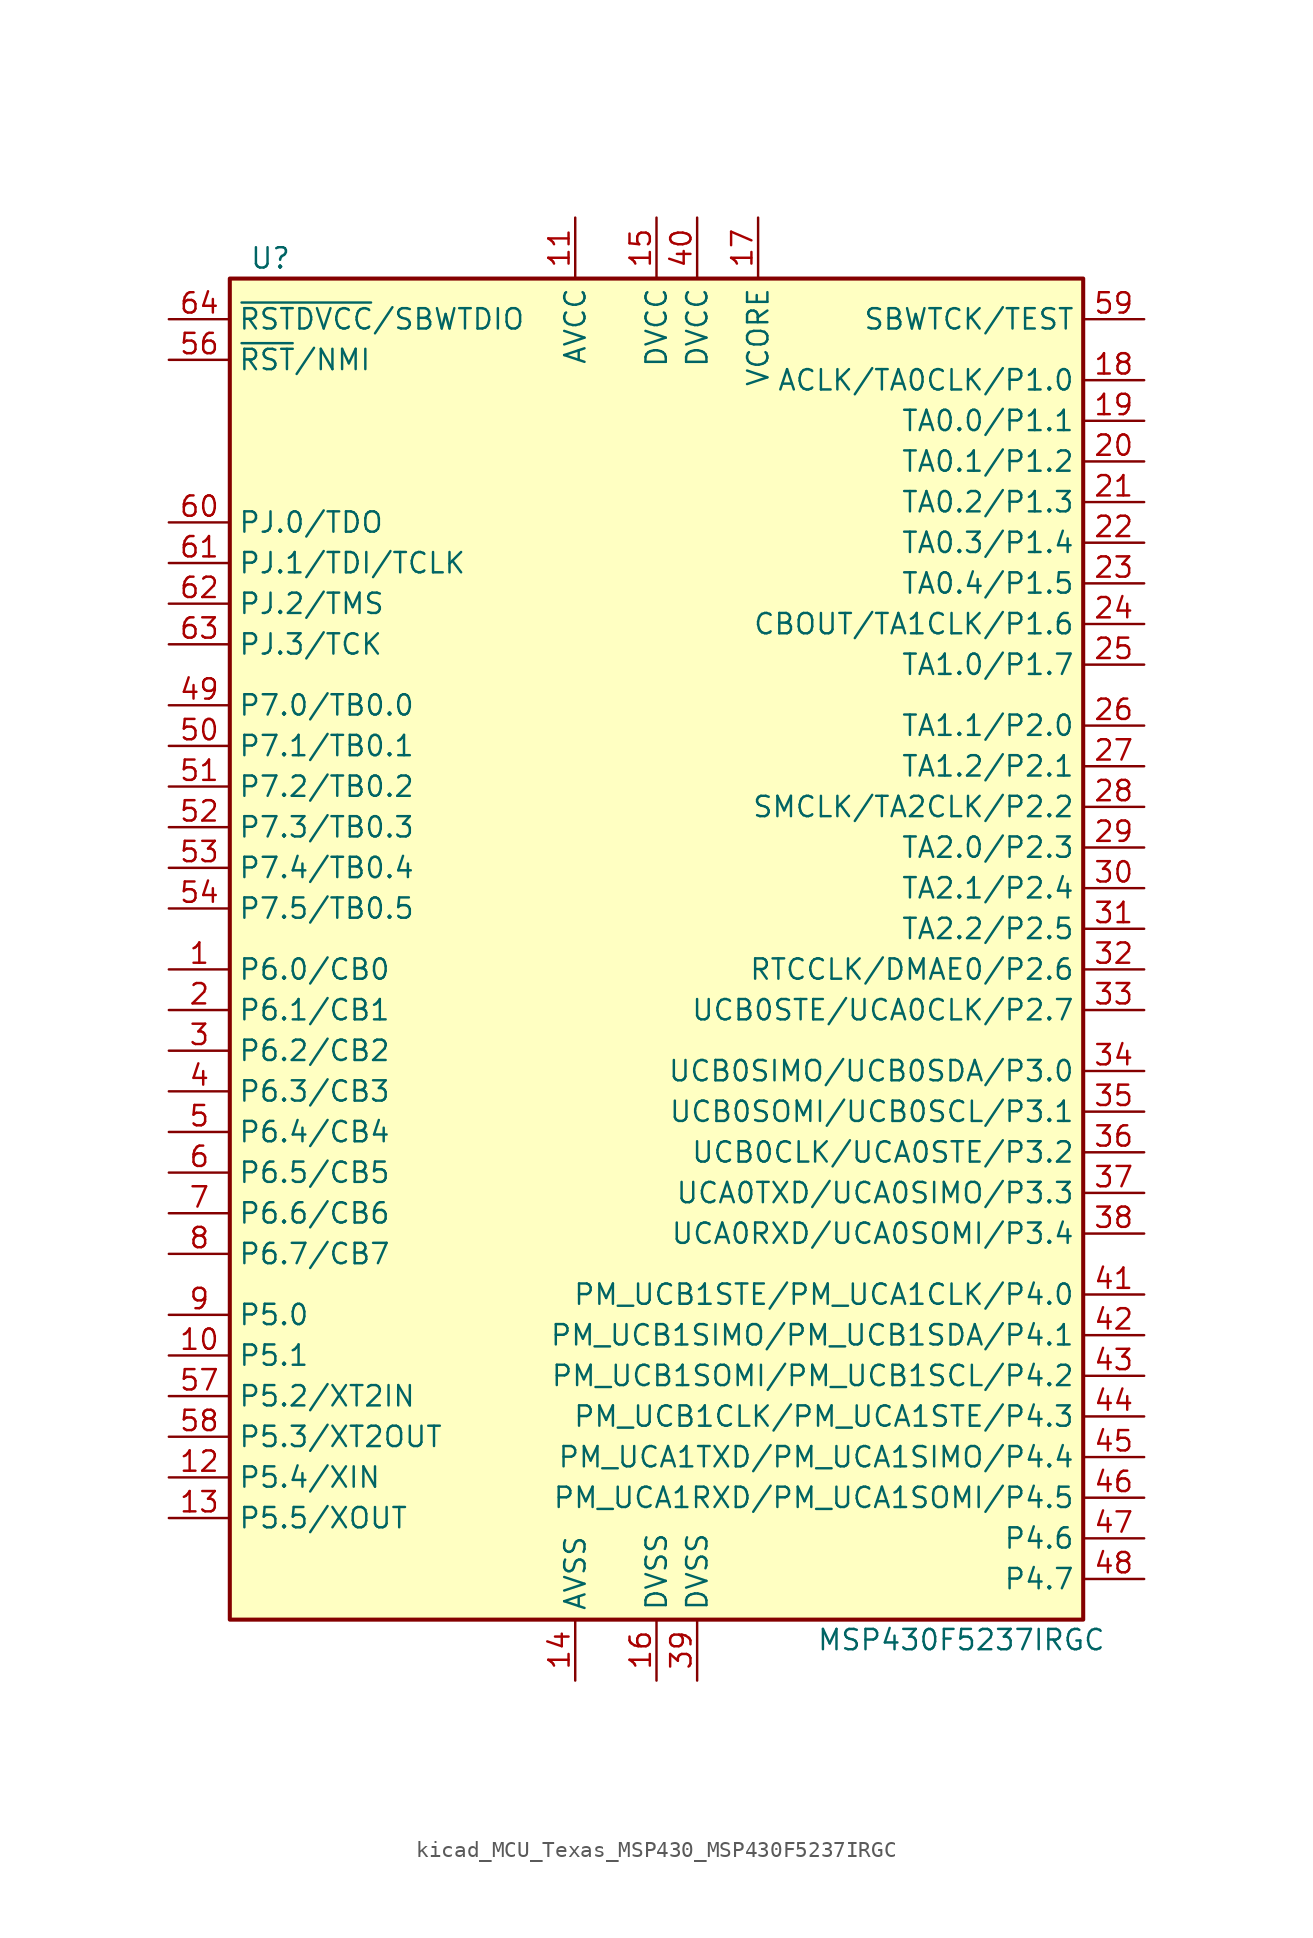
<source format=kicad_sym>
(kicad_symbol_lib
  (version 20220914)
  (generator kicad_symbol_editor)
  (symbol "kicad_MCU_Texas_MSP430_MSP430F5237IRGC"
    (property "Reference" "U"
      (at -24.13 43.18 0)
      (effects (font (size 1.27 1.27))))
    (property "Value" "MSP430F5237IRGC"
      (at 19.05 -43.18 0)
      (effects (font (size 1.27 1.27))))
    (symbol "kicad_MCU_Texas_MSP430_MSP430F5237IRGC_0_1"
      (rectangle (start -26.67 41.91) (end 26.67 -41.91) (stroke (width 0.254) (type default)) (fill (type background))))
    (symbol "kicad_MCU_Texas_MSP430_MSP430F5237IRGC_1_1"
      (pin bidirectional line (at -30.48 -1.27 0) (length 3.81) (name "P6.0/CB0" (effects (font (size 1.27 1.27)))) (number "1" (effects (font (size 1.27 1.27)))))
      (pin bidirectional line (at -30.48 -25.4 0) (length 3.81) (name "P5.1" (effects (font (size 1.27 1.27)))) (number "10" (effects (font (size 1.27 1.27)))))
      (pin power_in line (at -5.08 45.72 270) (length 3.81) (name "AVCC" (effects (font (size 1.27 1.27)))) (number "11" (effects (font (size 1.27 1.27)))))
      (pin bidirectional line (at -30.48 -33.02 0) (length 3.81) (name "P5.4/XIN" (effects (font (size 1.27 1.27)))) (number "12" (effects (font (size 1.27 1.27)))))
      (pin bidirectional line (at -30.48 -35.56 0) (length 3.81) (name "P5.5/XOUT" (effects (font (size 1.27 1.27)))) (number "13" (effects (font (size 1.27 1.27)))))
      (pin power_in line (at -5.08 -45.72 90) (length 3.81) (name "AVSS" (effects (font (size 1.27 1.27)))) (number "14" (effects (font (size 1.27 1.27)))))
      (pin power_in line (at 0 45.72 270) (length 3.81) (name "DVCC" (effects (font (size 1.27 1.27)))) (number "15" (effects (font (size 1.27 1.27)))))
      (pin power_in line (at 0 -45.72 90) (length 3.81) (name "DVSS" (effects (font (size 1.27 1.27)))) (number "16" (effects (font (size 1.27 1.27)))))
      (pin power_in line (at 6.35 45.72 270) (length 3.81) (name "VCORE" (effects (font (size 1.27 1.27)))) (number "17" (effects (font (size 1.27 1.27)))))
      (pin bidirectional line (at 30.48 35.56 180) (length 3.81) (name "ACLK/TA0CLK/P1.0" (effects (font (size 1.27 1.27)))) (number "18" (effects (font (size 1.27 1.27)))))
      (pin bidirectional line (at 30.48 33.02 180) (length 3.81) (name "TA0.0/P1.1" (effects (font (size 1.27 1.27)))) (number "19" (effects (font (size 1.27 1.27)))))
      (pin bidirectional line (at -30.48 -3.81 0) (length 3.81) (name "P6.1/CB1" (effects (font (size 1.27 1.27)))) (number "2" (effects (font (size 1.27 1.27)))))
      (pin bidirectional line (at 30.48 30.48 180) (length 3.81) (name "TA0.1/P1.2" (effects (font (size 1.27 1.27)))) (number "20" (effects (font (size 1.27 1.27)))))
      (pin bidirectional line (at 30.48 27.94 180) (length 3.81) (name "TA0.2/P1.3" (effects (font (size 1.27 1.27)))) (number "21" (effects (font (size 1.27 1.27)))))
      (pin bidirectional line (at 30.48 25.4 180) (length 3.81) (name "TA0.3/P1.4" (effects (font (size 1.27 1.27)))) (number "22" (effects (font (size 1.27 1.27)))))
      (pin bidirectional line (at 30.48 22.86 180) (length 3.81) (name "TA0.4/P1.5" (effects (font (size 1.27 1.27)))) (number "23" (effects (font (size 1.27 1.27)))))
      (pin bidirectional line (at 30.48 20.32 180) (length 3.81) (name "CBOUT/TA1CLK/P1.6" (effects (font (size 1.27 1.27)))) (number "24" (effects (font (size 1.27 1.27)))))
      (pin bidirectional line (at 30.48 17.78 180) (length 3.81) (name "TA1.0/P1.7" (effects (font (size 1.27 1.27)))) (number "25" (effects (font (size 1.27 1.27)))))
      (pin bidirectional line (at 30.48 13.97 180) (length 3.81) (name "TA1.1/P2.0" (effects (font (size 1.27 1.27)))) (number "26" (effects (font (size 1.27 1.27)))))
      (pin bidirectional line (at 30.48 11.43 180) (length 3.81) (name "TA1.2/P2.1" (effects (font (size 1.27 1.27)))) (number "27" (effects (font (size 1.27 1.27)))))
      (pin bidirectional line (at 30.48 8.89 180) (length 3.81) (name "SMCLK/TA2CLK/P2.2" (effects (font (size 1.27 1.27)))) (number "28" (effects (font (size 1.27 1.27)))))
      (pin bidirectional line (at 30.48 6.35 180) (length 3.81) (name "TA2.0/P2.3" (effects (font (size 1.27 1.27)))) (number "29" (effects (font (size 1.27 1.27)))))
      (pin bidirectional line (at -30.48 -6.35 0) (length 3.81) (name "P6.2/CB2" (effects (font (size 1.27 1.27)))) (number "3" (effects (font (size 1.27 1.27)))))
      (pin bidirectional line (at 30.48 3.81 180) (length 3.81) (name "TA2.1/P2.4" (effects (font (size 1.27 1.27)))) (number "30" (effects (font (size 1.27 1.27)))))
      (pin bidirectional line (at 30.48 1.27 180) (length 3.81) (name "TA2.2/P2.5" (effects (font (size 1.27 1.27)))) (number "31" (effects (font (size 1.27 1.27)))))
      (pin bidirectional line (at 30.48 -1.27 180) (length 3.81) (name "RTCCLK/DMAE0/P2.6" (effects (font (size 1.27 1.27)))) (number "32" (effects (font (size 1.27 1.27)))))
      (pin bidirectional line (at 30.48 -3.81 180) (length 3.81) (name "UCB0STE/UCA0CLK/P2.7" (effects (font (size 1.27 1.27)))) (number "33" (effects (font (size 1.27 1.27)))))
      (pin bidirectional line (at 30.48 -7.62 180) (length 3.81) (name "UCB0SIMO/UCB0SDA/P3.0" (effects (font (size 1.27 1.27)))) (number "34" (effects (font (size 1.27 1.27)))))
      (pin bidirectional line (at 30.48 -10.16 180) (length 3.81) (name "UCB0SOMI/UCB0SCL/P3.1" (effects (font (size 1.27 1.27)))) (number "35" (effects (font (size 1.27 1.27)))))
      (pin bidirectional line (at 30.48 -12.7 180) (length 3.81) (name "UCB0CLK/UCA0STE/P3.2" (effects (font (size 1.27 1.27)))) (number "36" (effects (font (size 1.27 1.27)))))
      (pin bidirectional line (at 30.48 -15.24 180) (length 3.81) (name "UCA0TXD/UCA0SIMO/P3.3" (effects (font (size 1.27 1.27)))) (number "37" (effects (font (size 1.27 1.27)))))
      (pin bidirectional line (at 30.48 -17.78 180) (length 3.81) (name "UCA0RXD/UCA0SOMI/P3.4" (effects (font (size 1.27 1.27)))) (number "38" (effects (font (size 1.27 1.27)))))
      (pin power_in line (at 2.54 -45.72 90) (length 3.81) (name "DVSS" (effects (font (size 1.27 1.27)))) (number "39" (effects (font (size 1.27 1.27)))))
      (pin bidirectional line (at -30.48 -8.89 0) (length 3.81) (name "P6.3/CB3" (effects (font (size 1.27 1.27)))) (number "4" (effects (font (size 1.27 1.27)))))
      (pin power_in line (at 2.54 45.72 270) (length 3.81) (name "DVCC" (effects (font (size 1.27 1.27)))) (number "40" (effects (font (size 1.27 1.27)))))
      (pin bidirectional line (at 30.48 -21.59 180) (length 3.81) (name "PM_UCB1STE/PM_UCA1CLK/P4.0" (effects (font (size 1.27 1.27)))) (number "41" (effects (font (size 1.27 1.27)))))
      (pin bidirectional line (at 30.48 -24.13 180) (length 3.81) (name "PM_UCB1SIMO/PM_UCB1SDA/P4.1" (effects (font (size 1.27 1.27)))) (number "42" (effects (font (size 1.27 1.27)))))
      (pin bidirectional line (at 30.48 -26.67 180) (length 3.81) (name "PM_UCB1SOMI/PM_UCB1SCL/P4.2" (effects (font (size 1.27 1.27)))) (number "43" (effects (font (size 1.27 1.27)))))
      (pin bidirectional line (at 30.48 -29.21 180) (length 3.81) (name "PM_UCB1CLK/PM_UCA1STE/P4.3" (effects (font (size 1.27 1.27)))) (number "44" (effects (font (size 1.27 1.27)))))
      (pin bidirectional line (at 30.48 -31.75 180) (length 3.81) (name "PM_UCA1TXD/PM_UCA1SIMO/P4.4" (effects (font (size 1.27 1.27)))) (number "45" (effects (font (size 1.27 1.27)))))
      (pin bidirectional line (at 30.48 -34.29 180) (length 3.81) (name "PM_UCA1RXD/PM_UCA1SOMI/P4.5" (effects (font (size 1.27 1.27)))) (number "46" (effects (font (size 1.27 1.27)))))
      (pin bidirectional line (at 30.48 -36.83 180) (length 3.81) (name "P4.6" (effects (font (size 1.27 1.27)))) (number "47" (effects (font (size 1.27 1.27)))))
      (pin bidirectional line (at 30.48 -39.37 180) (length 3.81) (name "P4.7" (effects (font (size 1.27 1.27)))) (number "48" (effects (font (size 1.27 1.27)))))
      (pin bidirectional line (at -30.48 15.24 0) (length 3.81) (name "P7.0/TB0.0" (effects (font (size 1.27 1.27)))) (number "49" (effects (font (size 1.27 1.27)))))
      (pin bidirectional line (at -30.48 -11.43 0) (length 3.81) (name "P6.4/CB4" (effects (font (size 1.27 1.27)))) (number "5" (effects (font (size 1.27 1.27)))))
      (pin bidirectional line (at -30.48 12.7 0) (length 3.81) (name "P7.1/TB0.1" (effects (font (size 1.27 1.27)))) (number "50" (effects (font (size 1.27 1.27)))))
      (pin bidirectional line (at -30.48 10.16 0) (length 3.81) (name "P7.2/TB0.2" (effects (font (size 1.27 1.27)))) (number "51" (effects (font (size 1.27 1.27)))))
      (pin bidirectional line (at -30.48 7.62 0) (length 3.81) (name "P7.3/TB0.3" (effects (font (size 1.27 1.27)))) (number "52" (effects (font (size 1.27 1.27)))))
      (pin bidirectional line (at -30.48 5.08 0) (length 3.81) (name "P7.4/TB0.4" (effects (font (size 1.27 1.27)))) (number "53" (effects (font (size 1.27 1.27)))))
      (pin bidirectional line (at -30.48 2.54 0) (length 3.81) (name "P7.5/TB0.5" (effects (font (size 1.27 1.27)))) (number "54" (effects (font (size 1.27 1.27)))))
      (pin input line (at -30.48 36.83 0) (length 3.81) (name "~{RST}/NMI" (effects (font (size 1.27 1.27)))) (number "56" (effects (font (size 1.27 1.27)))))
      (pin bidirectional line (at -30.48 -27.94 0) (length 3.81) (name "P5.2/XT2IN" (effects (font (size 1.27 1.27)))) (number "57" (effects (font (size 1.27 1.27)))))
      (pin bidirectional line (at -30.48 -30.48 0) (length 3.81) (name "P5.3/XT2OUT" (effects (font (size 1.27 1.27)))) (number "58" (effects (font (size 1.27 1.27)))))
      (pin input line (at 30.48 39.37 180) (length 3.81) (name "SBWTCK/TEST" (effects (font (size 1.27 1.27)))) (number "59" (effects (font (size 1.27 1.27)))))
      (pin bidirectional line (at -30.48 -13.97 0) (length 3.81) (name "P6.5/CB5" (effects (font (size 1.27 1.27)))) (number "6" (effects (font (size 1.27 1.27)))))
      (pin bidirectional line (at -30.48 26.67 0) (length 3.81) (name "PJ.0/TDO" (effects (font (size 1.27 1.27)))) (number "60" (effects (font (size 1.27 1.27)))))
      (pin bidirectional line (at -30.48 24.13 0) (length 3.81) (name "PJ.1/TDI/TCLK" (effects (font (size 1.27 1.27)))) (number "61" (effects (font (size 1.27 1.27)))))
      (pin bidirectional line (at -30.48 21.59 0) (length 3.81) (name "PJ.2/TMS" (effects (font (size 1.27 1.27)))) (number "62" (effects (font (size 1.27 1.27)))))
      (pin bidirectional line (at -30.48 19.05 0) (length 3.81) (name "PJ.3/TCK" (effects (font (size 1.27 1.27)))) (number "63" (effects (font (size 1.27 1.27)))))
      (pin bidirectional line (at -30.48 39.37 0) (length 3.81) (name "~{RSTDVCC}/SBWTDIO" (effects (font (size 1.27 1.27)))) (number "64" (effects (font (size 1.27 1.27)))))
      (pin bidirectional line (at -30.48 -16.51 0) (length 3.81) (name "P6.6/CB6" (effects (font (size 1.27 1.27)))) (number "7" (effects (font (size 1.27 1.27)))))
      (pin bidirectional line (at -30.48 -19.05 0) (length 3.81) (name "P6.7/CB7" (effects (font (size 1.27 1.27)))) (number "8" (effects (font (size 1.27 1.27)))))
      (pin bidirectional line (at -30.48 -22.86 0) (length 3.81) (name "P5.0" (effects (font (size 1.27 1.27)))) (number "9" (effects (font (size 1.27 1.27))))))))
</source>
